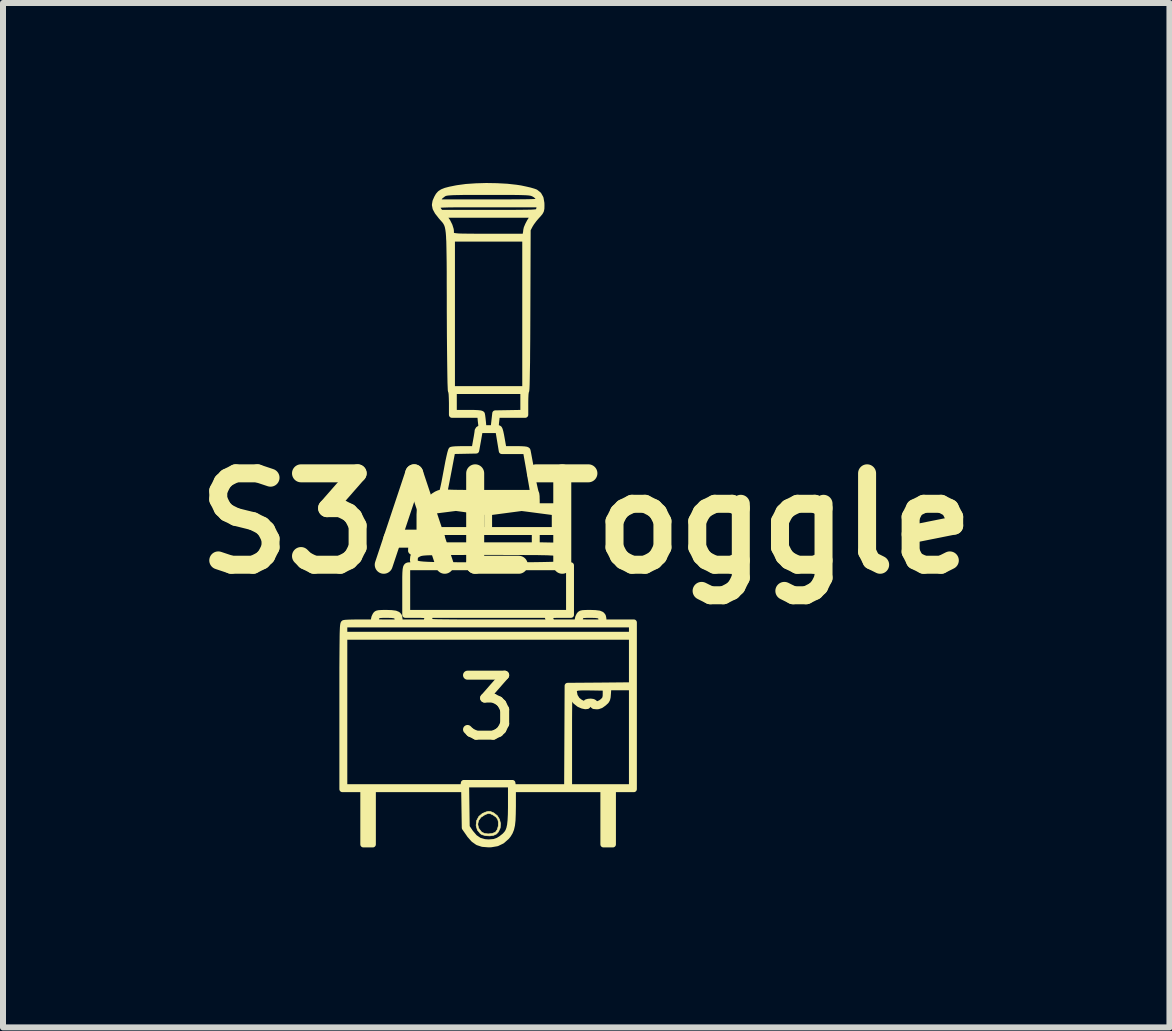
<source format=kicad_pcb>
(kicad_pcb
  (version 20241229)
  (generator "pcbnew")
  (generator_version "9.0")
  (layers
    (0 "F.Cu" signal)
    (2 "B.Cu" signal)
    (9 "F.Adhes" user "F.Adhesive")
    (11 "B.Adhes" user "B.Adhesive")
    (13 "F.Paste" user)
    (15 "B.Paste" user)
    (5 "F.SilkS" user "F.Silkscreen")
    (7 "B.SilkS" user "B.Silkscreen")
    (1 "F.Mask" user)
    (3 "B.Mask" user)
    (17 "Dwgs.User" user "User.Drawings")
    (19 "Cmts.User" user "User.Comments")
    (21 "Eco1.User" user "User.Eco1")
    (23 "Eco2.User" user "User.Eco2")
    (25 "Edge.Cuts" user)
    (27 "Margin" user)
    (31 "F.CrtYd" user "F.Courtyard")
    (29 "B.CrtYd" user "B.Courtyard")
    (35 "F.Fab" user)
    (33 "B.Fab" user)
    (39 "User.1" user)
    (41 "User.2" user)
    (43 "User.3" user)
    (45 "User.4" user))
  (footprint "S3ALToggle"
    (layer "F.Cu")
    (at 4.95 5.673)
    (property "Reference" "S3ALToggle" (at 1.77 0 0) (layer "F.SilkS") (effects (font (size 1.524 1.524) (thickness 0.3))))
    (attr through_hole exclude_from_pos_files exclude_from_bom)
    (fp_poly (pts (xy 0.18 4.804) (xy 0.226 4.824) (xy 0.229 4.825) (xy 0.287 4.871) (xy 0.325 4.933) (xy 0.342 5.004) (xy 0.336 5.076) (xy 0.306 5.141) (xy 0.274 5.176) (xy 0.227 5.198) (xy 0.163 5.208) (xy 0.095 5.204) (xy 0.035 5.188) (xy 0.006 5.171) (xy -0.044 5.11) (xy -0.065 5.037) (xy -0.063 5.015) (xy -0.038 5.015) (xy -0.024 5.078) (xy 0.02 5.137) (xy 0.03 5.146) (xy 0.076 5.168) (xy 0.137 5.175) (xy 0.2 5.169) (xy 0.251 5.149) (xy 0.26 5.143) (xy 0.289 5.101) (xy 0.305 5.041) (xy 0.306 4.977) (xy 0.296 4.934) (xy 0.269 4.896) (xy 0.222 4.862) (xy 0.214 4.858) (xy 0.174 4.839) (xy 0.146 4.833) (xy 0.116 4.841) (xy 0.08 4.856) (xy 0.015 4.898) (xy -0.025 4.953) (xy -0.038 5.015) (xy -0.063 5.015) (xy -0.057 4.959) (xy -0.056 4.953) (xy -0.019 4.884) (xy 0.039 4.835) (xy 0.103 4.808) (xy 0.144 4.8) (xy 0.18 4.804)) (stroke (width 0.01) (type solid)) (fill yes) (layer "F.SilkS"))
    (fp_poly (pts (xy 0.281 -5.62) (xy 0.45 -5.611) (xy 0.603 -5.594) (xy 0.675 -5.583) (xy 0.755 -5.566) (xy 0.829 -5.549) (xy 0.888 -5.532) (xy 0.924 -5.519) (xy 0.924 -5.519) (xy 0.976 -5.478) (xy 1.009 -5.419) (xy 1.023 -5.338) (xy 1.024 -5.302) (xy 1.023 -5.25) (xy 1.016 -5.214) (xy 0.999 -5.183) (xy 0.967 -5.145) (xy 0.946 -5.123) (xy 0.9 -5.069) (xy 0.857 -5.011) (xy 0.831 -4.969) (xy 0.794 -4.897) (xy 0.789 -3.552) (xy 0.788 -3.298) (xy 0.787 -3.069) (xy 0.785 -2.864) (xy 0.784 -2.686) (xy 0.781 -2.534) (xy 0.779 -2.41) (xy 0.777 -2.315) (xy 0.774 -2.249) (xy 0.771 -2.213) (xy 0.769 -2.207) (xy 0.763 -2.192) (xy 0.758 -2.149) (xy 0.755 -2.084) (xy 0.754 -2.008) (xy 0.754 -1.81) (xy 0.282 -1.81) (xy 0.272 -1.726) (xy 0.265 -1.66) (xy 0.263 -1.619) (xy 0.268 -1.597) (xy 0.28 -1.589) (xy 0.293 -1.587) (xy 0.308 -1.586) (xy 0.32 -1.578) (xy 0.329 -1.559) (xy 0.339 -1.524) (xy 0.351 -1.468) (xy 0.366 -1.385) (xy 0.392 -1.238) (xy 0.587 -1.238) (xy 0.674 -1.237) (xy 0.734 -1.234) (xy 0.77 -1.229) (xy 0.788 -1.221) (xy 0.791 -1.217) (xy 0.796 -1.195) (xy 0.805 -1.148) (xy 0.818 -1.078) (xy 0.834 -0.992) (xy 0.851 -0.895) (xy 0.858 -0.856) (xy 0.876 -0.756) (xy 0.893 -0.667) (xy 0.909 -0.594) (xy 0.921 -0.542) (xy 0.929 -0.514) (xy 0.931 -0.511) (xy 0.938 -0.493) (xy 0.943 -0.453) (xy 0.944 -0.398) (xy 0.945 -0.396) (xy 0.945 -0.286) (xy 1.278 -0.286) (xy 1.278 0.143) (xy 0.945 0.143) (xy 0.945 0.364) (xy 1.413 0.373) (xy 1.418 0.425) (xy 1.418 0.46) (xy 1.406 0.474) (xy 1.381 0.476) (xy 1.353 0.478) (xy 1.352 0.488) (xy 1.364 0.501) (xy 1.394 0.551) (xy 1.4 0.61) (xy 1.391 0.645) (xy 1.378 0.677) (xy 1.379 0.693) (xy 1.402 0.698) (xy 1.445 0.699) (xy 1.516 0.699) (xy 1.516 1.524) (xy 1.333 1.524) (xy 1.262 1.525) (xy 1.203 1.527) (xy 1.164 1.529) (xy 1.151 1.532) (xy 1.156 1.551) (xy 1.17 1.587) (xy 1.174 1.596) (xy 1.197 1.651) (xy 1.627 1.651) (xy 1.627 1.618) (xy 1.659 1.618) (xy 1.661 1.632) (xy 1.669 1.642) (xy 1.691 1.647) (xy 1.73 1.65) (xy 1.792 1.651) (xy 1.841 1.651) (xy 2.024 1.651) (xy 2.024 1.607) (xy 2.02 1.571) (xy 2.006 1.547) (xy 1.975 1.533) (xy 1.924 1.526) (xy 1.846 1.524) (xy 1.839 1.524) (xy 1.768 1.525) (xy 1.723 1.528) (xy 1.696 1.534) (xy 1.681 1.546) (xy 1.675 1.555) (xy 1.661 1.596) (xy 1.659 1.618) (xy 1.627 1.618) (xy 1.627 1.611) (xy 1.636 1.567) (xy 1.653 1.531) (xy 1.667 1.513) (xy 1.684 1.502) (xy 1.711 1.496) (xy 1.756 1.493) (xy 1.825 1.492) (xy 1.832 1.492) (xy 1.922 1.495) (xy 1.986 1.503) (xy 2.026 1.52) (xy 2.048 1.547) (xy 2.056 1.587) (xy 2.056 1.596) (xy 2.056 1.651) (xy 2.564 1.651) (xy 2.564 4.429) (xy 2.215 4.429) (xy 2.215 5.35) (xy 2.056 5.35) (xy 2.056 4.429) (xy 2.087 4.429) (xy 2.087 5.318) (xy 2.183 5.318) (xy 2.183 4.429) (xy 2.087 4.429) (xy 2.056 4.429) (xy 0.548 4.429) (xy 0.548 4.712) (xy 0.546 4.842) (xy 0.542 4.946) (xy 0.533 5.028) (xy 0.518 5.093) (xy 0.497 5.145) (xy 0.469 5.191) (xy 0.443 5.223) (xy 0.367 5.29) (xy 0.282 5.331) (xy 0.182 5.348) (xy 0.142 5.349) (xy 0.042 5.341) (xy -0.037 5.315) (xy -0.105 5.267) (xy -0.17 5.193) (xy -0.182 5.175) (xy -0.254 5.072) (xy -0.259 4.751) (xy -0.264 4.429) (xy -1.786 4.429) (xy -1.786 5.35) (xy -1.945 5.35) (xy -1.945 4.429) (xy -1.913 4.429) (xy -1.913 5.318) (xy -1.818 5.318) (xy -1.818 4.429) (xy -1.913 4.429) (xy -1.945 4.429) (xy -2.294 4.429) (xy -2.294 3.05) (xy -2.294 2.807) (xy -2.294 2.595) (xy -2.294 2.41) (xy -2.293 2.251) (xy -2.292 2.116) (xy -2.291 2.003) (xy -2.29 1.911) (xy -2.29 1.889) (xy -2.262 1.889) (xy -2.262 4.397) (xy -0.28 4.397) (xy -0.273 4.35) (xy -0.232 4.35) (xy -0.227 4.705) (xy -0.222 5.061) (xy -0.159 5.154) (xy -0.091 5.234) (xy -0.015 5.286) (xy 0.074 5.312) (xy 0.143 5.317) (xy 0.235 5.31) (xy 0.301 5.287) (xy 0.354 5.254) (xy 0.406 5.213) (xy 0.416 5.204) (xy 0.447 5.17) (xy 0.471 5.132) (xy 0.488 5.086) (xy 0.501 5.027) (xy 0.509 4.951) (xy 0.514 4.854) (xy 0.516 4.732) (xy 0.516 4.672) (xy 0.516 4.35) (xy -0.232 4.35) (xy -0.273 4.35) (xy -0.27 4.326) (xy 0.54 4.326) (xy 0.55 4.397) (xy 1.452 4.397) (xy 1.456 3.564) (xy 1.484 3.564) (xy 1.484 4.397) (xy 2.532 4.397) (xy 2.532 2.731) (xy 2.139 2.731) (xy 2.132 2.836) (xy 2.127 2.895) (xy 2.118 2.932) (xy 2.101 2.961) (xy 2.069 2.99) (xy 2.064 2.995) (xy 2.014 3.031) (xy 1.967 3.047) (xy 1.942 3.048) (xy 1.899 3.044) (xy 1.882 3.03) (xy 1.881 3.024) (xy 1.867 3.005) (xy 1.841 3) (xy 1.81 3.009) (xy 1.802 3.024) (xy 1.789 3.043) (xy 1.756 3.047) (xy 1.708 3.037) (xy 1.655 3.014) (xy 1.651 3.012) (xy 1.59 2.963) (xy 1.554 2.899) (xy 1.541 2.815) (xy 1.54 2.806) (xy 1.54 2.804) (xy 1.564 2.804) (xy 1.578 2.878) (xy 1.618 2.942) (xy 1.67 2.983) (xy 1.726 3.009) (xy 1.758 3.014) (xy 1.766 2.999) (xy 1.766 2.996) (xy 1.776 2.981) (xy 1.806 2.973) (xy 1.845 2.97) (xy 1.882 2.975) (xy 1.905 2.988) (xy 1.907 2.992) (xy 1.929 3.013) (xy 1.967 3.012) (xy 2.015 2.99) (xy 2.04 2.971) (xy 2.071 2.942) (xy 2.087 2.915) (xy 2.094 2.878) (xy 2.095 2.832) (xy 2.095 2.738) (xy 1.852 2.734) (xy 1.749 2.733) (xy 1.674 2.734) (xy 1.622 2.739) (xy 1.59 2.749) (xy 1.572 2.764) (xy 1.565 2.786) (xy 1.564 2.804) (xy 1.54 2.804) (xy 1.538 2.759) (xy 1.529 2.736) (xy 1.512 2.731) (xy 1.506 2.732) (xy 1.501 2.738) (xy 1.496 2.752) (xy 1.493 2.775) (xy 1.49 2.81) (xy 1.488 2.86) (xy 1.487 2.927) (xy 1.486 3.015) (xy 1.485 3.124) (xy 1.484 3.258) (xy 1.484 3.42) (xy 1.484 3.564) (xy 1.456 3.564) (xy 1.46 2.707) (xy 1.996 2.703) (xy 2.532 2.698) (xy 2.532 1.889) (xy -2.262 1.889) (xy -2.29 1.889) (xy -2.289 1.836) (xy -2.287 1.778) (xy -2.285 1.734) (xy -2.282 1.702) (xy -2.279 1.683) (xy -2.262 1.683) (xy -2.262 1.857) (xy 2.532 1.857) (xy 2.532 1.683) (xy -2.262 1.683) (xy -2.279 1.683) (xy -2.279 1.681) (xy -2.275 1.668) (xy -2.271 1.662) (xy -2.269 1.661) (xy -2.245 1.657) (xy -2.195 1.654) (xy -2.126 1.652) (xy -2.045 1.651) (xy -2.007 1.651) (xy -1.77 1.651) (xy -1.77 1.618) (xy -1.738 1.618) (xy -1.737 1.632) (xy -1.728 1.642) (xy -1.707 1.647) (xy -1.668 1.65) (xy -1.605 1.651) (xy -1.556 1.651) (xy -1.373 1.651) (xy -1.373 1.607) (xy -1.377 1.571) (xy -1.391 1.547) (xy -1.422 1.533) (xy -1.473 1.526) (xy -1.551 1.524) (xy -1.558 1.524) (xy -1.629 1.525) (xy -1.674 1.528) (xy -1.701 1.534) (xy -1.716 1.546) (xy -1.722 1.555) (xy -1.736 1.596) (xy -1.738 1.618) (xy -1.77 1.618) (xy -1.77 1.611) (xy -1.761 1.567) (xy -1.744 1.531) (xy -1.731 1.513) (xy -1.714 1.502) (xy -1.686 1.496) (xy -1.641 1.493) (xy -1.572 1.492) (xy -1.565 1.492) (xy -1.475 1.495) (xy -1.412 1.503) (xy -1.371 1.52) (xy -1.349 1.547) (xy -1.342 1.587) (xy -1.341 1.596) (xy -1.341 1.651) (xy -0.9 1.651) (xy -0.891 1.626) (xy -0.859 1.626) (xy -0.859 1.631) (xy -0.852 1.635) (xy -0.838 1.639) (xy -0.813 1.642) (xy -0.775 1.645) (xy -0.722 1.647) (xy -0.652 1.648) (xy -0.562 1.649) (xy -0.451 1.65) (xy -0.316 1.651) (xy -0.155 1.651) (xy 0.035 1.651) (xy 0.148 1.651) (xy 1.164 1.651) (xy 1.139 1.587) (xy 1.114 1.524) (xy -0.83 1.524) (xy -0.84 1.562) (xy -0.851 1.603) (xy -0.859 1.626) (xy -0.891 1.626) (xy -0.883 1.601) (xy -0.871 1.563) (xy -0.865 1.538) (xy -0.865 1.538) (xy -0.88 1.532) (xy -0.921 1.528) (xy -0.981 1.525) (xy -1.054 1.524) (xy -1.246 1.524) (xy -1.246 1.121) (xy -1.246 0.994) (xy -1.246 0.896) (xy -1.244 0.822) (xy -1.24 0.769) (xy -1.233 0.734) (xy -1.231 0.73) (xy -1.214 0.73) (xy -1.214 1.492) (xy 1.484 1.492) (xy 1.484 0.73) (xy -1.214 0.73) (xy -1.231 0.73) (xy -1.222 0.713) (xy -1.206 0.702) (xy -1.184 0.699) (xy -1.155 0.698) (xy -1.141 0.699) (xy -1.106 0.697) (xy -1.095 0.687) (xy -1.103 0.668) (xy -1.118 0.614) (xy -1.088 0.614) (xy -1.087 0.63) (xy -1.083 0.644) (xy -1.074 0.656) (xy -1.058 0.666) (xy -1.032 0.675) (xy -0.995 0.681) (xy -0.944 0.686) (xy -0.878 0.69) (xy -0.794 0.693) (xy -0.691 0.695) (xy -0.565 0.697) (xy -0.416 0.697) (xy -0.241 0.698) (xy -0.037 0.698) (xy 0.138 0.698) (xy 0.377 0.698) (xy 0.585 0.697) (xy 0.764 0.697) (xy 0.915 0.696) (xy 1.04 0.694) (xy 1.14 0.692) (xy 1.217 0.69) (xy 1.271 0.687) (xy 1.304 0.683) (xy 1.317 0.68) (xy 1.357 0.648) (xy 1.372 0.605) (xy 1.363 0.56) (xy 1.329 0.52) (xy 1.302 0.503) (xy 1.289 0.498) (xy 1.271 0.493) (xy 1.248 0.49) (xy 1.215 0.486) (xy 1.172 0.484) (xy 1.116 0.481) (xy 1.044 0.48) (xy 0.954 0.478) (xy 0.844 0.478) (xy 0.711 0.477) (xy 0.554 0.477) (xy 0.37 0.476) (xy 0.156 0.476) (xy 0.142 0.476) (xy -0.072 0.476) (xy -0.257 0.476) (xy -0.414 0.477) (xy -0.547 0.477) (xy -0.657 0.478) (xy -0.748 0.479) (xy -0.82 0.481) (xy -0.877 0.482) (xy -0.921 0.485) (xy -0.954 0.488) (xy -0.978 0.492) (xy -0.996 0.496) (xy -1.011 0.502) (xy -1.024 0.508) (xy -1.025 0.508) (xy -1.065 0.532) (xy -1.083 0.556) (xy -1.087 0.592) (xy -1.087 0.595) (xy -1.088 0.614) (xy -1.118 0.614) (xy -1.118 0.613) (xy -1.113 0.556) (xy -1.089 0.51) (xy -1.087 0.508) (xy -1.056 0.476) (xy -1.104 0.476) (xy -1.137 0.473) (xy -1.149 0.458) (xy -1.148 0.425) (xy -1.148 0.421) (xy -1.119 0.421) (xy -1.116 0.425) (xy -1.107 0.429) (xy -1.088 0.432) (xy -1.058 0.435) (xy -1.015 0.437) (xy -0.958 0.439) (xy -0.883 0.441) (xy -0.79 0.442) (xy -0.675 0.443) (xy -0.538 0.444) (xy -0.375 0.444) (xy -0.186 0.444) (xy 0.032 0.444) (xy 0.135 0.445) (xy 0.366 0.444) (xy 0.567 0.444) (xy 0.741 0.444) (xy 0.889 0.443) (xy 1.013 0.443) (xy 1.115 0.441) (xy 1.198 0.44) (xy 1.262 0.438) (xy 1.311 0.436) (xy 1.346 0.433) (xy 1.37 0.43) (xy 1.383 0.427) (xy 1.389 0.423) (xy 1.389 0.421) (xy 1.386 0.416) (xy 1.376 0.412) (xy 1.358 0.409) (xy 1.328 0.406) (xy 1.285 0.404) (xy 1.227 0.402) (xy 1.153 0.401) (xy 1.059 0.399) (xy 0.945 0.398) (xy 0.807 0.398) (xy 0.645 0.397) (xy 0.456 0.397) (xy 0.238 0.397) (xy 0.135 0.397) (xy -0.096 0.397) (xy -0.298 0.397) (xy -0.471 0.397) (xy -0.619 0.398) (xy -0.743 0.399) (xy -0.845 0.4) (xy -0.928 0.401) (xy -0.993 0.403) (xy -1.041 0.405) (xy -1.077 0.408) (xy -1.1 0.411) (xy -1.113 0.415) (xy -1.119 0.419) (xy -1.119 0.421) (xy -1.148 0.421) (xy -1.143 0.373) (xy -0.996 0.368) (xy -0.849 0.364) (xy -0.849 0.143) (xy -0.818 0.143) (xy -0.818 0.365) (xy 0.913 0.365) (xy 0.913 0.143) (xy -0.818 0.143) (xy -0.849 0.143) (xy -1.008 0.143) (xy -1.008 -0.062) (xy -1.008 -0.15) (xy -1.006 -0.185) (xy -0.976 -0.185) (xy -0.976 0.111) (xy 0.119 0.111) (xy 0.119 -0.185) (xy 0.151 -0.185) (xy 0.151 0.111) (xy 1.246 0.111) (xy 1.246 -0.185) (xy 0.97 -0.221) (xy 0.765 -0.248) (xy 1.061 -0.248) (xy 1.063 -0.245) (xy 1.09 -0.239) (xy 1.095 -0.238) (xy 1.172 -0.227) (xy 1.223 -0.226) (xy 1.245 -0.234) (xy 1.246 -0.238) (xy 1.231 -0.246) (xy 1.192 -0.251) (xy 1.139 -0.252) (xy 1.085 -0.25) (xy 1.061 -0.248) (xy 0.765 -0.248) (xy 0.694 -0.257) (xy 0.422 -0.221) (xy 0.151 -0.185) (xy 0.119 -0.185) (xy 0.119 -0.186) (xy -0.141 -0.222) (xy -0.298 -0.244) (xy -0.025 -0.244) (xy -0.023 -0.24) (xy -0.016 -0.238) (xy 0.078 -0.228) (xy 0.183 -0.227) (xy 0.279 -0.235) (xy 0.294 -0.237) (xy 0.313 -0.242) (xy 0.306 -0.246) (xy 0.271 -0.248) (xy 0.206 -0.25) (xy 0.143 -0.25) (xy 0.06 -0.249) (xy 0.003 -0.247) (xy -0.025 -0.244) (xy -0.298 -0.244) (xy -0.402 -0.258) (xy -0.976 -0.185) (xy -1.006 -0.185) (xy -1.005 -0.211) (xy -1.001 -0.237) (xy -0.976 -0.237) (xy -0.963 -0.228) (xy -0.92 -0.227) (xy -0.869 -0.231) (xy -0.814 -0.237) (xy -0.774 -0.243) (xy -0.755 -0.248) (xy -0.755 -0.248) (xy -0.767 -0.251) (xy -0.802 -0.253) (xy -0.855 -0.254) (xy -0.863 -0.254) (xy -0.926 -0.252) (xy -0.965 -0.245) (xy -0.976 -0.237) (xy -1.001 -0.237) (xy -0.998 -0.251) (xy -0.985 -0.273) (xy -0.962 -0.283) (xy -0.928 -0.286) (xy -0.905 -0.286) (xy -0.869 -0.288) (xy -0.853 -0.303) (xy -0.847 -0.338) (xy -0.846 -0.345) (xy -0.839 -0.381) (xy -0.818 -0.381) (xy -0.818 -0.286) (xy 0.913 -0.286) (xy 0.913 -0.381) (xy -0.818 -0.381) (xy -0.839 -0.381) (xy -0.838 -0.385) (xy -0.82 -0.413) (xy -0.774 -0.413) (xy 0.069 -0.413) (xy 0.254 -0.413) (xy 0.41 -0.413) (xy 0.539 -0.413) (xy 0.644 -0.414) (xy 0.727 -0.415) (xy 0.791 -0.416) (xy 0.838 -0.419) (xy 0.871 -0.421) (xy 0.893 -0.425) (xy 0.905 -0.429) (xy 0.911 -0.435) (xy 0.913 -0.441) (xy 0.913 -0.445) (xy 0.912 -0.452) (xy 0.908 -0.458) (xy 0.899 -0.463) (xy 0.882 -0.466) (xy 0.854 -0.47) (xy 0.812 -0.472) (xy 0.755 -0.474) (xy 0.679 -0.475) (xy 0.582 -0.476) (xy 0.462 -0.476) (xy 0.315 -0.476) (xy 0.14 -0.476) (xy 0.11 -0.476) (xy -0.071 -0.476) (xy -0.222 -0.476) (xy -0.347 -0.476) (xy -0.449 -0.475) (xy -0.529 -0.474) (xy -0.591 -0.472) (xy -0.638 -0.469) (xy -0.672 -0.466) (xy -0.696 -0.462) (xy -0.713 -0.457) (xy -0.725 -0.451) (xy -0.734 -0.445) (xy -0.774 -0.413) (xy -0.82 -0.413) (xy -0.816 -0.418) (xy -0.774 -0.455) (xy -0.773 -0.456) (xy -0.727 -0.485) (xy -0.685 -0.504) (xy -0.667 -0.508) (xy -0.655 -0.508) (xy -0.645 -0.511) (xy -0.636 -0.519) (xy -0.63 -0.532) (xy -0.592 -0.532) (xy -0.59 -0.526) (xy -0.581 -0.521) (xy -0.564 -0.517) (xy -0.535 -0.514) (xy -0.492 -0.512) (xy -0.433 -0.51) (xy -0.354 -0.509) (xy -0.253 -0.508) (xy -0.127 -0.508) (xy 0.027 -0.508) (xy 0.143 -0.508) (xy 0.885 -0.508) (xy 0.875 -0.575) (xy 0.869 -0.613) (xy 0.858 -0.676) (xy 0.844 -0.756) (xy 0.828 -0.848) (xy 0.815 -0.925) (xy 0.765 -1.206) (xy 0.363 -1.206) (xy 0.305 -1.556) (xy -0.003 -1.556) (xy -0.033 -1.385) (xy -0.064 -1.214) (xy -0.263 -1.21) (xy -0.462 -1.206) (xy -0.522 -0.888) (xy -0.541 -0.79) (xy -0.558 -0.701) (xy -0.573 -0.626) (xy -0.584 -0.571) (xy -0.59 -0.542) (xy -0.591 -0.539) (xy -0.592 -0.532) (xy -0.63 -0.532) (xy -0.627 -0.538) (xy -0.618 -0.568) (xy -0.607 -0.616) (xy -0.593 -0.682) (xy -0.576 -0.772) (xy -0.554 -0.889) (xy -0.545 -0.937) (xy -0.528 -1.027) (xy -0.511 -1.106) (xy -0.496 -1.17) (xy -0.484 -1.211) (xy -0.477 -1.226) (xy -0.455 -1.231) (xy -0.409 -1.235) (xy -0.345 -1.237) (xy -0.276 -1.238) (xy -0.091 -1.238) (xy -0.066 -1.379) (xy -0.054 -1.445) (xy -0.045 -1.501) (xy -0.04 -1.537) (xy -0.04 -1.545) (xy -0.026 -1.569) (xy -0.006 -1.58) (xy 0.014 -1.59) (xy 0.022 -1.61) (xy 0.02 -1.649) (xy 0.018 -1.663) (xy 0.012 -1.716) (xy 0.008 -1.762) (xy 0.008 -1.772) (xy 0.008 -1.81) (xy -0.468 -1.81) (xy -0.468 -2.008) (xy -0.47 -2.09) (xy -0.473 -2.153) (xy -0.478 -2.193) (xy -0.484 -2.207) (xy -0.437 -2.207) (xy -0.437 -1.841) (xy -0.206 -1.841) (xy -0.108 -1.841) (xy -0.039 -1.838) (xy 0.005 -1.833) (xy 0.027 -1.826) (xy 0.031 -1.822) (xy 0.036 -1.796) (xy 0.042 -1.75) (xy 0.048 -1.695) (xy 0.058 -1.587) (xy 0.226 -1.587) (xy 0.24 -1.711) (xy 0.254 -1.834) (xy 0.488 -1.838) (xy 0.722 -1.842) (xy 0.722 -2.207) (xy -0.437 -2.207) (xy -0.484 -2.207) (xy -0.487 -2.222) (xy -0.489 -2.269) (xy -0.492 -2.345) (xy -0.494 -2.45) (xy -0.496 -2.584) (xy -0.498 -2.744) (xy -0.5 -2.93) (xy -0.502 -3.141) (xy -0.503 -3.376) (xy -0.504 -3.552) (xy -0.504 -3.794) (xy -0.505 -4.007) (xy -0.505 -4.192) (xy -0.506 -4.352) (xy -0.508 -4.489) (xy -0.51 -4.604) (xy -0.512 -4.701) (xy -0.515 -4.747) (xy -0.468 -4.747) (xy -0.468 -2.238) (xy 0.754 -2.238) (xy 0.754 -4.747) (xy -0.468 -4.747) (xy -0.515 -4.747) (xy -0.516 -4.781) (xy -0.521 -4.846) (xy -0.528 -4.899) (xy -0.536 -4.941) (xy -0.546 -4.975) (xy -0.559 -5.003) (xy -0.573 -5.027) (xy -0.59 -5.05) (xy -0.61 -5.072) (xy -0.632 -5.097) (xy -0.651 -5.119) (xy -0.67 -5.144) (xy -0.63 -5.144) (xy -0.586 -5.092) (xy -0.542 -5.029) (xy -0.508 -4.961) (xy -0.488 -4.897) (xy -0.485 -4.871) (xy -0.485 -4.848) (xy -0.484 -4.829) (xy -0.479 -4.813) (xy -0.467 -4.802) (xy -0.445 -4.793) (xy -0.411 -4.787) (xy -0.36 -4.782) (xy -0.292 -4.78) (xy -0.201 -4.779) (xy -0.087 -4.778) (xy 0.055 -4.778) (xy 0.143 -4.778) (xy 0.75 -4.778) (xy 0.76 -4.814) (xy 0.768 -4.859) (xy 0.77 -4.883) (xy 0.778 -4.92) (xy 0.8 -4.972) (xy 0.83 -5.029) (xy 0.863 -5.08) (xy 0.885 -5.108) (xy 0.918 -5.144) (xy -0.63 -5.144) (xy -0.67 -5.144) (xy -0.708 -5.192) (xy -0.741 -5.253) (xy -0.748 -5.289) (xy -0.722 -5.289) (xy -0.713 -5.256) (xy -0.69 -5.218) (xy -0.689 -5.217) (xy -0.657 -5.175) (xy 0.151 -5.175) (xy 0.332 -5.175) (xy 0.484 -5.175) (xy 0.609 -5.176) (xy 0.711 -5.177) (xy 0.791 -5.178) (xy 0.852 -5.179) (xy 0.898 -5.182) (xy 0.93 -5.185) (xy 0.951 -5.189) (xy 0.964 -5.194) (xy 0.971 -5.199) (xy 0.976 -5.206) (xy 0.989 -5.246) (xy 0.992 -5.277) (xy 0.992 -5.318) (xy 0.135 -5.318) (xy -0.052 -5.318) (xy -0.209 -5.318) (xy -0.34 -5.318) (xy -0.446 -5.317) (xy -0.531 -5.316) (xy -0.596 -5.314) (xy -0.645 -5.312) (xy -0.679 -5.309) (xy -0.701 -5.306) (xy -0.714 -5.302) (xy -0.721 -5.296) (xy -0.722 -5.29) (xy -0.722 -5.289) (xy -0.748 -5.289) (xy -0.752 -5.308) (xy -0.745 -5.35) (xy -0.722 -5.35) (xy 0.135 -5.35) (xy 0.323 -5.35) (xy 0.482 -5.35) (xy 0.613 -5.351) (xy 0.721 -5.352) (xy 0.806 -5.353) (xy 0.872 -5.355) (xy 0.92 -5.357) (xy 0.954 -5.36) (xy 0.976 -5.363) (xy 0.988 -5.368) (xy 0.992 -5.373) (xy 0.992 -5.375) (xy 0.977 -5.427) (xy 0.931 -5.473) (xy 0.897 -5.493) (xy 0.881 -5.5) (xy 0.863 -5.507) (xy 0.84 -5.512) (xy 0.809 -5.516) (xy 0.768 -5.519) (xy 0.713 -5.521) (xy 0.641 -5.523) (xy 0.548 -5.524) (xy 0.433 -5.524) (xy 0.292 -5.524) (xy 0.143 -5.524) (xy -0.024 -5.524) (xy -0.163 -5.524) (xy -0.275 -5.524) (xy -0.365 -5.522) (xy -0.436 -5.521) (xy -0.489 -5.518) (xy -0.529 -5.515) (xy -0.559 -5.511) (xy -0.581 -5.506) (xy -0.598 -5.499) (xy -0.608 -5.494) (xy -0.664 -5.451) (xy -0.695 -5.407) (xy -0.722 -5.35) (xy -0.745 -5.35) (xy -0.742 -5.366) (xy -0.717 -5.423) (xy -0.693 -5.465) (xy -0.664 -5.498) (xy -0.625 -5.523) (xy -0.572 -5.544) (xy -0.499 -5.563) (xy -0.468 -5.569) (xy -0.258 -5.569) (xy -0.232 -5.566) (xy -0.178 -5.563) (xy -0.096 -5.561) (xy 0.01 -5.56) (xy 0.135 -5.56) (xy 0.248 -5.56) (xy 0.348 -5.562) (xy 0.431 -5.563) (xy 0.493 -5.566) (xy 0.531 -5.568) (xy 0.542 -5.571) (xy 0.54 -5.572) (xy 0.506 -5.576) (xy 0.447 -5.58) (xy 0.368 -5.582) (xy 0.275 -5.584) (xy 0.175 -5.585) (xy 0.072 -5.585) (xy -0.027 -5.584) (xy -0.115 -5.582) (xy -0.188 -5.579) (xy -0.238 -5.575) (xy -0.254 -5.573) (xy -0.258 -5.569) (xy -0.468 -5.569) (xy -0.4 -5.583) (xy -0.371 -5.588) (xy -0.231 -5.607) (xy -0.069 -5.618) (xy 0.105 -5.623) (xy 0.281 -5.62)) (stroke (width 0.1) (type solid)) (fill yes) (layer "F.SilkS"))
    (fp_text user "3" (at 0.125 3.075 0) (layer "F.SilkS") (effects (font (size 1 1) (thickness 0.15)))))
  (gr_rect
    (start -3 -3)
    (end 16.44 14.073)
    (stroke (width 0.1) (type default))
    (fill no)
    (layer "Edge.Cuts")))
</source>
